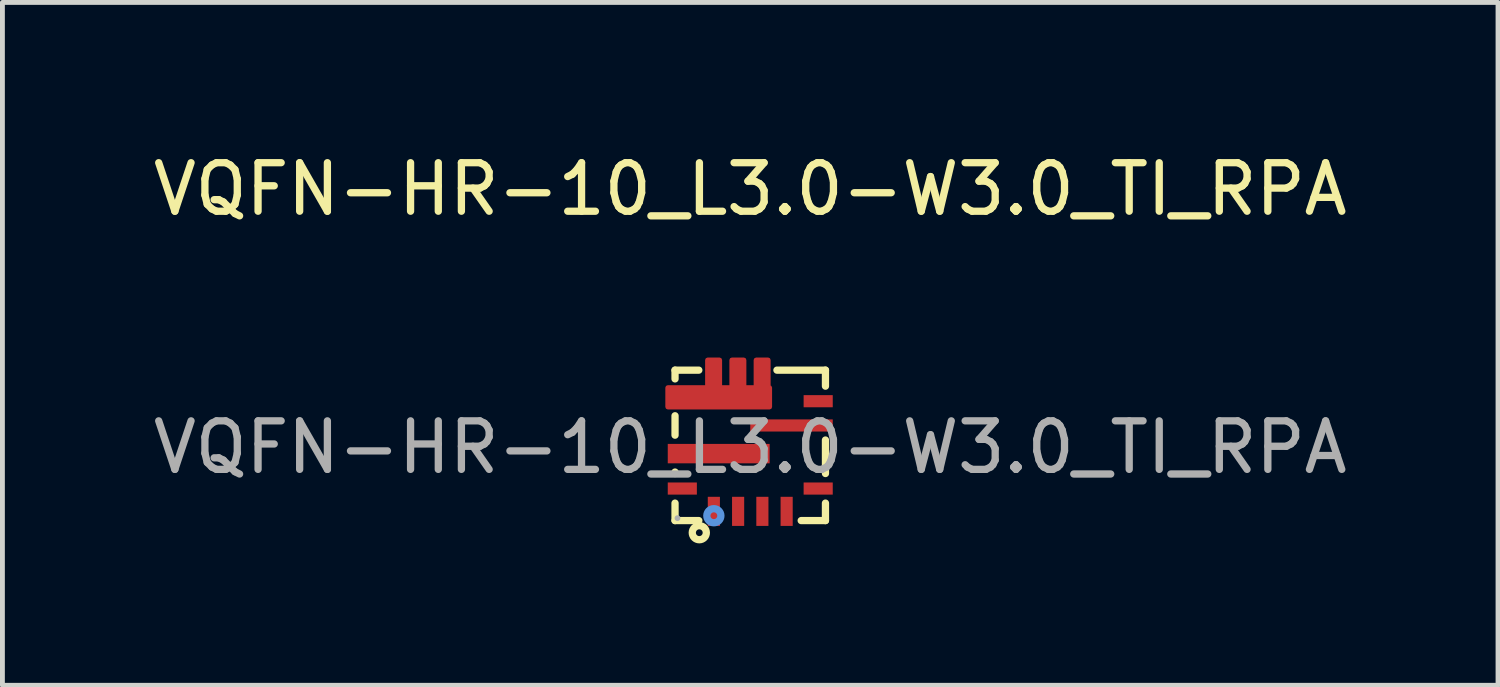
<source format=kicad_pcb>
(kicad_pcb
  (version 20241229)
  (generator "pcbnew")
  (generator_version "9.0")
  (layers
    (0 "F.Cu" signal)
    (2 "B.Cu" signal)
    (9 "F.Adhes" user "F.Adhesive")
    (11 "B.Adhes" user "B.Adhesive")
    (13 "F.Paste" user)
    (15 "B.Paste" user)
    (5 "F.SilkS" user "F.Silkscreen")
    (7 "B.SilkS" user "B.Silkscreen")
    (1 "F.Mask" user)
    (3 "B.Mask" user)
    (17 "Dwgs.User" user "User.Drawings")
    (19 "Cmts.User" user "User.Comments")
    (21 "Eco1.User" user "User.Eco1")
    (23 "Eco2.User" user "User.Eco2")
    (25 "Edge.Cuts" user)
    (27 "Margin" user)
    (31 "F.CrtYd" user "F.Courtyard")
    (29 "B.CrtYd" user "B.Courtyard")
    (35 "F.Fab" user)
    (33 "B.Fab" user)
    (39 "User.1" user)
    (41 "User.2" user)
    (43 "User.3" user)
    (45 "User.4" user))
  (footprint "VQFN-HR-10_L3.0-W3.0_TI_RPA"
    (layer "F.Cu")
    (at 12.411 6.168)
    (property "Reference" "VQFN-HR-10_L3.0-W3.0_TI_RPA" (at 0 -5.32 0) (layer "F.SilkS") (effects (font (size 1 1) (thickness 0.15))))
    (attr smd)
    (fp_line (start -1.55 -1.59) (end -1.55 -1.41) (stroke (width 0.15) (type solid)) (layer "F.SilkS"))
    (fp_line (start -1.55 -0.65) (end -1.55 -0.25) (stroke (width 0.15) (type solid)) (layer "F.SilkS"))
    (fp_line (start -1.55 0.51) (end -1.55 0.54) (stroke (width 0.15) (type solid)) (layer "F.SilkS"))
    (fp_line (start -1.55 1.15) (end -1.55 1.51) (stroke (width 0.15) (type solid)) (layer "F.SilkS"))
    (fp_line (start -1.55 1.51) (end -1.06 1.51) (stroke (width 0.15) (type solid)) (layer "F.SilkS"))
    (fp_line (start -1.06 -1.59) (end -1.55 -1.59) (stroke (width 0.15) (type solid)) (layer "F.SilkS"))
    (fp_line (start 1.05 1.51) (end 1.55 1.51) (stroke (width 0.15) (type solid)) (layer "F.SilkS"))
    (fp_line (start 1.55 -1.59) (end 0.55 -1.59) (stroke (width 0.15) (type solid)) (layer "F.SilkS"))
    (fp_line (start 1.55 -1.26) (end 1.55 -1.59) (stroke (width 0.15) (type solid)) (layer "F.SilkS"))
    (fp_line (start 1.55 0.54) (end 1.55 -0.15) (stroke (width 0.15) (type solid)) (layer "F.SilkS"))
    (fp_line (start 1.55 1.51) (end 1.55 1.15) (stroke (width 0.15) (type solid)) (layer "F.SilkS"))
    (fp_circle (center -1.05 1.76) (end -0.98 1.76) (stroke (width 0.15) (type solid)) (fill no) (layer "F.SilkS"))
    (fp_circle (center -0.75 1.41) (end -0.68 1.41) (stroke (width 0.15) (type solid)) (fill no) (layer "Cmts.User"))
    (fp_circle (center -1.5 1.46) (end -1.47 1.46) (stroke (width 0.06) (type solid)) (fill no) (layer "F.Fab"))
    (fp_text user "${REFERENCE}" (at 0 0 0) (layer "F.Fab") (effects (font (size 1 1) (thickness 0.15))))
    (pad "1" smd rect (at -0.75 1.32 90) (size 0.6 0.25) (layers "F.Cu" "F.Mask" "F.Paste"))
    (pad "2" smd rect (at -0.25 1.32 90) (size 0.6 0.25) (layers "F.Cu" "F.Mask" "F.Paste"))
    (pad "3" smd rect (at 0.25 1.32 90) (size 0.6 0.25) (layers "F.Cu" "F.Mask" "F.Paste"))
    (pad "4" smd rect (at 0.75 1.32 90) (size 0.6 0.25) (layers "F.Cu" "F.Mask" "F.Paste"))
    (pad "5" smd rect (at 1.4 0.85) (size 0.6 0.25) (layers "F.Cu" "F.Mask" "F.Paste"))
    (pad "6" smd rect (at 0.85 -0.45 90) (size 0.25 1.7) (layers "F.Cu" "F.Mask" "F.Paste"))
    (pad "7" smd rect (at 1.4 -0.95) (size 0.6 0.25) (layers "F.Cu" "F.Mask" "F.Paste"))
    (pad "8" smd custom (at -0.65 -1.32) (size 0.01 0.01) (layers "F.Cu" "F.Mask" "F.Paste") (options (anchor circle)) (primitives (gr_poly (pts (xy 1.02 0.09) (xy 1.02 -0.48) (xy 0.77 -0.48) (xy 0.77 0.09) (xy 0.52 0.09) (xy 0.52 -0.48) (xy 0.27 -0.48) (xy 0.27 0.09) (xy 0.02 0.09) (xy 0.02 -0.48) (xy -0.23 -0.48) (xy -0.23 0.09) (xy -1.05 0.09) (xy -1.05 0.49) (xy 1.05 0.49) (xy 1.05 0.09) (xy 1.02 0.09)) (width 0.1) (fill yes))))
    (pad "9" smd rect (at -0.65 0.13 90) (size 0.4 2.1) (layers "F.Cu" "F.Mask" "F.Paste"))
    (pad "10" smd rect (at -1.4 0.85) (size 0.6 0.25) (layers "F.Cu" "F.Mask" "F.Paste")))
  (gr_rect
    (start -3 -3)
    (end 27.821 11.073)
    (stroke (width 0.1) (type default))
    (fill no)
    (layer "Edge.Cuts")))
</source>
